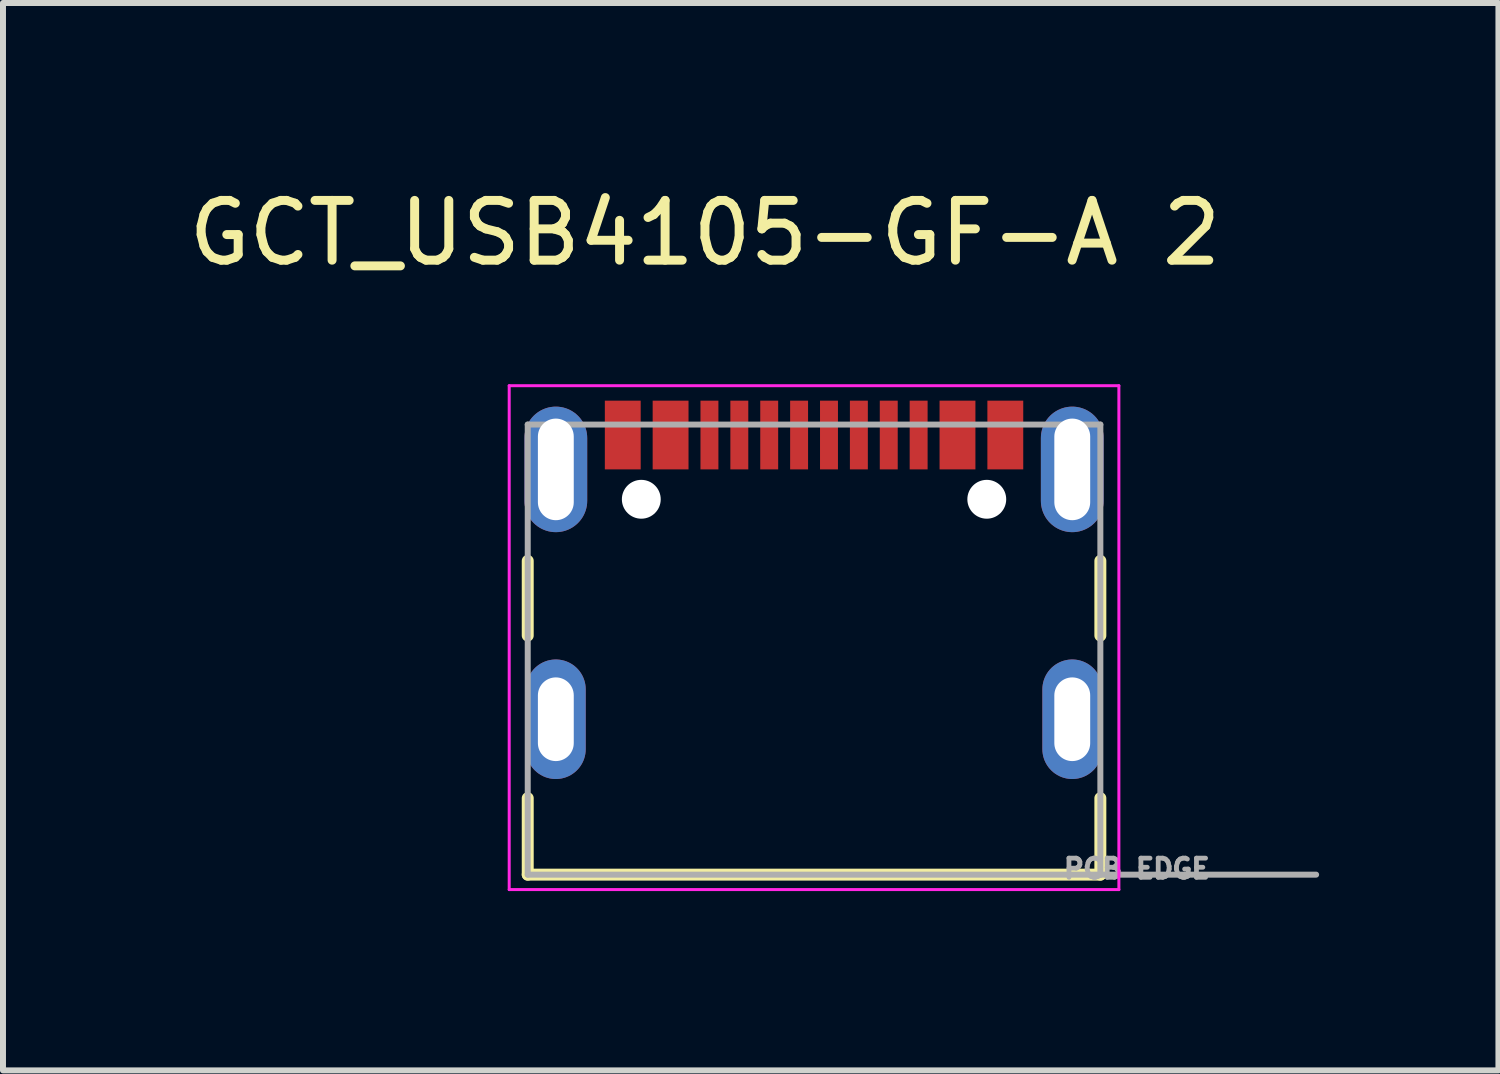
<source format=kicad_pcb>
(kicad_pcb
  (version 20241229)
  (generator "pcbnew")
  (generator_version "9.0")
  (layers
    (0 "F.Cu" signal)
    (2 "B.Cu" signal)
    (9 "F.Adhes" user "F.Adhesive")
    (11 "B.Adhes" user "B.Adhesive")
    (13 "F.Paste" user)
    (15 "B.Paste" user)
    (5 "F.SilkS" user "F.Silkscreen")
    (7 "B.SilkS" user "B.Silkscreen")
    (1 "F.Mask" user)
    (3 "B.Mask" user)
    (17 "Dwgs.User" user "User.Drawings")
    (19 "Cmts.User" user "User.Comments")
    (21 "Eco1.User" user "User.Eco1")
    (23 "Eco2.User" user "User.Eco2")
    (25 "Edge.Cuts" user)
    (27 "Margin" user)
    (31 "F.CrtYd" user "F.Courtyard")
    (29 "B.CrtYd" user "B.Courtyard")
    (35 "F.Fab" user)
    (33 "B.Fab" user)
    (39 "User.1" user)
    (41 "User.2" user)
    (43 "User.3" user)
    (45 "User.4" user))
  (footprint "GCT_USB4105-GF-A 2"
    (layer "F.Cu")
    (at 10.569 8.983)
    (property "Reference" "GCT_USB4105-GF-A 2" (at -1.825 -8.135 0) (layer "F.SilkS") (effects (font (size 1 1) (thickness 0.15))))
    (attr smd)
    (fp_line (start -4.79 -2.65) (end -4.79 -1.4) (stroke (width 0.2) (type solid)) (layer "F.SilkS"))
    (fp_line (start -4.79 1.32) (end -4.79 2.6) (stroke (width 0.2) (type solid)) (layer "F.SilkS"))
    (fp_line (start -4.79 2.6) (end 4.79 2.6) (stroke (width 0.2) (type solid)) (layer "F.SilkS"))
    (fp_line (start 4.79 -2.65) (end 4.79 -1.4) (stroke (width 0.2) (type solid)) (layer "F.SilkS"))
    (fp_line (start 4.79 2.6) (end 4.79 1.32) (stroke (width 0.2) (type solid)) (layer "F.SilkS"))
    (fp_line (start -5.1 -5.58) (end -5.1 2.85) (stroke (width 0.05) (type solid)) (layer "F.CrtYd"))
    (fp_line (start -5.1 2.85) (end 5.1 2.85) (stroke (width 0.05) (type solid)) (layer "F.CrtYd"))
    (fp_line (start 5.1 -5.58) (end -5.1 -5.58) (stroke (width 0.05) (type solid)) (layer "F.CrtYd"))
    (fp_line (start 5.1 2.85) (end 5.1 -5.58) (stroke (width 0.05) (type solid)) (layer "F.CrtYd"))
    (fp_line (start -4.79 -4.93) (end 4.79 -4.93) (stroke (width 0.1) (type solid)) (layer "F.Fab"))
    (fp_line (start -4.79 2.6) (end -4.79 -4.93) (stroke (width 0.1) (type solid)) (layer "F.Fab"))
    (fp_line (start 4.79 -4.93) (end 4.79 2.6) (stroke (width 0.1) (type solid)) (layer "F.Fab"))
    (fp_line (start 4.79 2.6) (end -4.79 2.6) (stroke (width 0.1) (type solid)) (layer "F.Fab"))
    (fp_line (start 4.8 2.6) (end 8.4 2.6) (stroke (width 0.1) (type solid)) (layer "F.Fab"))
    (fp_text user "PCB EDGE" (at 5.4 2.5 0) (layer "F.Fab") (effects (font (size 0.32 0.32) (thickness 0.15))))
    (pad "" np_thru_hole circle (at -2.89 -3.68) (size 0.65 0.65) (drill 0.65) (layers "*.Cu" "*.Mask"))
    (pad "" np_thru_hole circle (at 2.89 -3.68) (size 0.65 0.65) (drill 0.65) (layers "*.Cu" "*.Mask"))
    (pad "A1_B12" smd rect (at -3.2 -4.755) (size 0.6 1.15) (layers "F.Cu" "F.Mask" "F.Paste"))
    (pad "A4_B9" smd rect (at -2.4 -4.755) (size 0.6 1.15) (layers "F.Cu" "F.Mask" "F.Paste"))
    (pad "A5" smd rect (at -1.25 -4.755) (size 0.3 1.15) (layers "F.Cu" "F.Mask" "F.Paste"))
    (pad "A6" smd rect (at -0.25 -4.755) (size 0.3 1.15) (layers "F.Cu" "F.Mask" "F.Paste"))
    (pad "A7" smd rect (at 0.25 -4.755) (size 0.3 1.15) (layers "F.Cu" "F.Mask" "F.Paste"))
    (pad "A8" smd rect (at 1.25 -4.755) (size 0.3 1.15) (layers "F.Cu" "F.Mask" "F.Paste"))
    (pad "B1_A12" smd rect (at 3.2 -4.755) (size 0.6 1.15) (layers "F.Cu" "F.Mask" "F.Paste"))
    (pad "B4_A9" smd rect (at 2.4 -4.755) (size 0.6 1.15) (layers "F.Cu" "F.Mask" "F.Paste"))
    (pad "B5" smd rect (at 1.75 -4.755) (size 0.3 1.15) (layers "F.Cu" "F.Mask" "F.Paste"))
    (pad "B6" smd rect (at 0.75 -4.755) (size 0.3 1.15) (layers "F.Cu" "F.Mask" "F.Paste"))
    (pad "B7" smd rect (at -0.75 -4.755) (size 0.3 1.15) (layers "F.Cu" "F.Mask" "F.Paste"))
    (pad "B8" smd rect (at -1.75 -4.755) (size 0.3 1.15) (layers "F.Cu" "F.Mask" "F.Paste"))
    (pad "S1" thru_hole oval (at -4.32 -4.18) (size 1.05 2.1) (drill oval 0.6 1.7) (layers "*.Cu" "*.Mask"))
    (pad "S2" thru_hole oval (at -4.32 0) (size 1 2) (drill oval 0.6 1.4) (layers "*.Cu" "*.Mask"))
    (pad "S3" thru_hole oval (at 4.32 0) (size 1 2) (drill oval 0.6 1.4) (layers "*.Cu" "*.Mask"))
    (pad "S4" thru_hole oval (at 4.32 -4.18) (size 1.05 2.1) (drill oval 0.6 1.7) (layers "*.Cu" "*.Mask")))
  (gr_rect
    (start -3 -3)
    (end 22.019 14.858)
    (stroke (width 0.1) (type default))
    (fill no)
    (layer "Edge.Cuts")))
</source>
